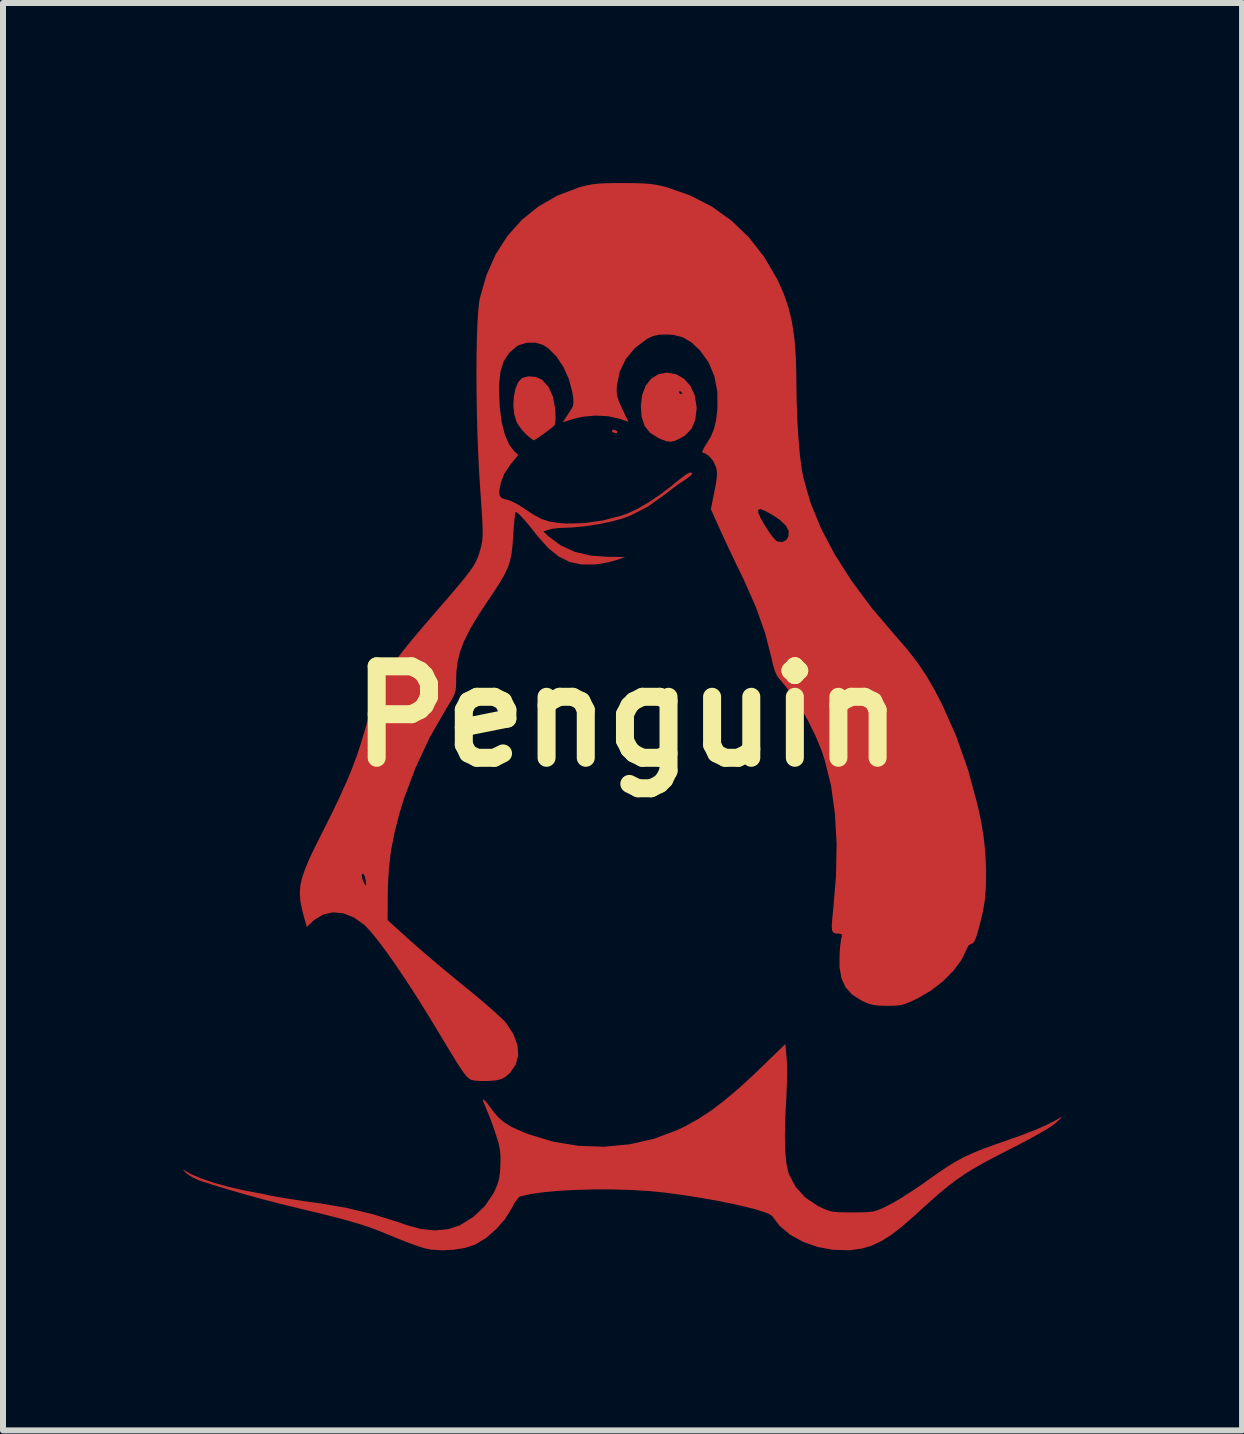
<source format=kicad_pcb>
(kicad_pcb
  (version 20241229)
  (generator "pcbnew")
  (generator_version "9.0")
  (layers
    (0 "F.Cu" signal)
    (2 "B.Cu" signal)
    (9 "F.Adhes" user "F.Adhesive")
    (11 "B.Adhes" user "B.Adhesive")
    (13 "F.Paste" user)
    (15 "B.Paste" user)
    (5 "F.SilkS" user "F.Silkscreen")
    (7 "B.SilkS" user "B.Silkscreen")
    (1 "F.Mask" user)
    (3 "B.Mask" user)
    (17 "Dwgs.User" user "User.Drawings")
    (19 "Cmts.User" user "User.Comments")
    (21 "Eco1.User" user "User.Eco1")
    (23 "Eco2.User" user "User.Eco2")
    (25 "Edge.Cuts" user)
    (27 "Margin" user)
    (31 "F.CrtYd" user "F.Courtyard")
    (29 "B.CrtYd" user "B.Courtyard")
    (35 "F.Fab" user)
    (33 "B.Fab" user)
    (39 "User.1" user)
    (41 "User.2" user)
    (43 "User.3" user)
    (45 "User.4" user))
  (footprint "Penguin"
    (layer "F.Cu")
    (at 7.399 8.886)
    (property "Reference" "Penguin" (at 0 0 0) (layer "F.SilkS") (effects (font (size 1.524 1.524) (thickness 0.3))))
    (attr board_only exclude_from_pos_files exclude_from_bom)
    (fp_poly (pts (xy -0.175 -4.76) (xy -0.163 -4.748) (xy -0.17 -4.722) (xy -0.189 -4.718) (xy -0.241 -4.735) (xy -0.252 -4.748) (xy -0.246 -4.773) (xy -0.226 -4.777)) (stroke (width 0) (type solid)) (fill yes) (layer "F.Cu"))
    (fp_poly (pts (xy -1.525 -5.656) (xy -1.422 -5.612) (xy -1.413 -5.605) (xy -1.307 -5.486) (xy -1.235 -5.322) (xy -1.198 -5.12) (xy -1.196 -5.089) (xy -1.193 -4.981) (xy -1.197 -4.896) (xy -1.207 -4.851) (xy -1.208 -4.851) (xy -1.242 -4.82) (xy -1.306 -4.77) (xy -1.385 -4.712) (xy -1.464 -4.656) (xy -1.526 -4.615) (xy -1.557 -4.599) (xy -1.585 -4.617) (xy -1.642 -4.663) (xy -1.68 -4.695) (xy -1.76 -4.782) (xy -1.828 -4.881) (xy -1.844 -4.911) (xy -1.882 -5.036) (xy -1.896 -5.179) (xy -1.888 -5.326) (xy -1.86 -5.461) (xy -1.815 -5.57) (xy -1.753 -5.636) (xy -1.749 -5.639) (xy -1.644 -5.666)) (stroke (width 0) (type solid)) (fill yes) (layer "F.Cu"))
    (fp_poly (pts (xy 0.818 -5.7) (xy 0.951 -5.623) (xy 1.056 -5.503) (xy 1.126 -5.348) (xy 1.156 -5.163) (xy 1.157 -5.127) (xy 1.136 -4.941) (xy 1.074 -4.794) (xy 0.968 -4.683) (xy 0.891 -4.636) (xy 0.797 -4.592) (xy 0.724 -4.575) (xy 0.652 -4.585) (xy 0.558 -4.621) (xy 0.514 -4.642) (xy 0.38 -4.727) (xy 0.29 -4.841) (xy 0.241 -4.991) (xy 0.228 -5.163) (xy 0.249 -5.353) (xy 0.268 -5.402) (xy 0.861 -5.402) (xy 0.882 -5.372) (xy 0.89 -5.371) (xy 0.919 -5.381) (xy 0.92 -5.384) (xy 0.899 -5.409) (xy 0.89 -5.415) (xy 0.863 -5.413) (xy 0.861 -5.402) (xy 0.268 -5.402) (xy 0.309 -5.511) (xy 0.402 -5.629) (xy 0.524 -5.703) (xy 0.662 -5.727)) (stroke (width 0) (type solid)) (fill yes) (layer "F.Cu"))
    (fp_poly (pts (xy 2.657 5.689) (xy 2.664 5.809) (xy 2.665 5.967) (xy 2.661 6.145) (xy 2.653 6.322) (xy 2.653 6.335) (xy 2.634 6.689) (xy 2.628 6.988) (xy 2.633 7.234) (xy 2.651 7.431) (xy 2.681 7.58) (xy 2.697 7.63) (xy 2.808 7.84) (xy 2.967 8.015) (xy 3.17 8.152) (xy 3.199 8.167) (xy 3.287 8.208) (xy 3.359 8.236) (xy 3.432 8.252) (xy 3.521 8.261) (xy 3.643 8.264) (xy 3.754 8.264) (xy 3.905 8.263) (xy 4.014 8.259) (xy 4.097 8.249) (xy 4.17 8.228) (xy 4.251 8.195) (xy 4.344 8.15) (xy 4.452 8.092) (xy 4.592 8.008) (xy 4.749 7.906) (xy 4.91 7.798) (xy 4.984 7.745) (xy 5.175 7.61) (xy 5.336 7.502) (xy 5.48 7.413) (xy 5.621 7.338) (xy 5.772 7.269) (xy 5.946 7.2) (xy 6.155 7.124) (xy 6.305 7.072) (xy 6.58 6.974) (xy 6.805 6.887) (xy 6.988 6.807) (xy 7.137 6.731) (xy 7.24 6.669) (xy 7.245 6.671) (xy 7.213 6.706) (xy 7.157 6.76) (xy 7.073 6.825) (xy 6.937 6.91) (xy 6.752 7.015) (xy 6.522 7.137) (xy 6.43 7.184) (xy 6.175 7.314) (xy 5.963 7.426) (xy 5.784 7.527) (xy 5.627 7.624) (xy 5.482 7.724) (xy 5.338 7.834) (xy 5.184 7.962) (xy 5.012 8.114) (xy 4.809 8.299) (xy 4.806 8.302) (xy 4.592 8.49) (xy 4.404 8.636) (xy 4.233 8.744) (xy 4.071 8.819) (xy 3.906 8.867) (xy 3.731 8.891) (xy 3.689 8.894) (xy 3.425 8.887) (xy 3.169 8.839) (xy 2.93 8.754) (xy 2.718 8.637) (xy 2.543 8.491) (xy 2.418 8.327) (xy 2.373 8.294) (xy 2.275 8.255) (xy 2.133 8.211) (xy 1.952 8.165) (xy 1.74 8.118) (xy 1.503 8.07) (xy 1.25 8.025) (xy 0.986 7.983) (xy 0.718 7.946) (xy 0.623 7.934) (xy 0.35 7.907) (xy 0.055 7.89) (xy -0.252 7.881) (xy -0.561 7.881) (xy -0.861 7.889) (xy -1.143 7.904) (xy -1.397 7.928) (xy -1.612 7.959) (xy -1.779 7.997) (xy -1.787 7.999) (xy -1.825 8.033) (xy -1.875 8.105) (xy -1.927 8.201) (xy -2.034 8.374) (xy -2.182 8.543) (xy -2.353 8.691) (xy -2.53 8.799) (xy -2.541 8.804) (xy -2.695 8.854) (xy -2.883 8.885) (xy -3.081 8.896) (xy -3.267 8.884) (xy -3.383 8.86) (xy -3.475 8.83) (xy -3.571 8.797) (xy -3.683 8.755) (xy -3.823 8.699) (xy -4.003 8.625) (xy -4.036 8.612) (xy -4.175 8.556) (xy -4.316 8.505) (xy -4.468 8.455) (xy -4.64 8.405) (xy -4.84 8.351) (xy -5.077 8.291) (xy -5.361 8.222) (xy -5.489 8.192) (xy -5.782 8.12) (xy -6.087 8.041) (xy -6.388 7.958) (xy -6.674 7.875) (xy -6.93 7.796) (xy -7.142 7.726) (xy -7.148 7.723) (xy -7.248 7.677) (xy -7.338 7.617) (xy -7.357 7.6) (xy -7.396 7.559) (xy -7.399 7.55) (xy -7.39 7.556) (xy -7.266 7.627) (xy -7.091 7.701) (xy -6.875 7.773) (xy -6.627 7.841) (xy -6.356 7.903) (xy -6.172 7.937) (xy -6.072 7.956) (xy -5.961 7.98) (xy -5.944 7.983) (xy -5.854 8.001) (xy -5.719 8.024) (xy -5.553 8.05) (xy -5.37 8.078) (xy -5.183 8.104) (xy -5.104 8.115) (xy -4.676 8.188) (xy -4.231 8.296) (xy -3.797 8.431) (xy -3.679 8.473) (xy -3.44 8.54) (xy -3.204 8.564) (xy -2.984 8.544) (xy -2.793 8.482) (xy -2.789 8.48) (xy -2.563 8.339) (xy -2.375 8.163) (xy -2.234 7.958) (xy -2.219 7.93) (xy -2.167 7.814) (xy -2.136 7.713) (xy -2.119 7.6) (xy -2.112 7.478) (xy -2.11 7.341) (xy -2.118 7.23) (xy -2.141 7.117) (xy -2.183 6.979) (xy -2.19 6.958) (xy -2.239 6.814) (xy -2.294 6.667) (xy -2.345 6.544) (xy -2.357 6.515) (xy -2.396 6.422) (xy -2.404 6.38) (xy -2.383 6.389) (xy -2.33 6.448) (xy -2.248 6.558) (xy -2.239 6.57) (xy -2.152 6.675) (xy -2.051 6.762) (xy -1.924 6.84) (xy -1.757 6.916) (xy -1.643 6.961) (xy -1.231 7.086) (xy -0.81 7.155) (xy -0.385 7.17) (xy 0.037 7.13) (xy 0.448 7.037) (xy 0.843 6.889) (xy 0.977 6.824) (xy 1.191 6.704) (xy 1.404 6.564) (xy 1.624 6.397) (xy 1.859 6.198) (xy 2.119 5.959) (xy 2.21 5.871) (xy 2.636 5.458)) (stroke (width 0) (type solid)) (fill yes) (layer "F.Cu"))
    (fp_poly (pts (xy 0.121 -8.885) (xy 0.271 -8.88) (xy 0.391 -8.871) (xy 0.497 -8.855) (xy 0.602 -8.831) (xy 0.653 -8.818) (xy 1.047 -8.681) (xy 1.408 -8.496) (xy 1.736 -8.262) (xy 2.028 -7.981) (xy 2.283 -7.655) (xy 2.5 -7.285) (xy 2.604 -7.054) (xy 2.686 -6.819) (xy 2.746 -6.57) (xy 2.787 -6.296) (xy 2.811 -5.986) (xy 2.819 -5.63) (xy 2.819 -5.593) (xy 2.824 -5.252) (xy 2.836 -4.924) (xy 2.855 -4.619) (xy 2.879 -4.347) (xy 2.909 -4.118) (xy 2.934 -3.984) (xy 3.052 -3.569) (xy 3.226 -3.141) (xy 3.456 -2.703) (xy 3.74 -2.257) (xy 4.077 -1.805) (xy 4.46 -1.355) (xy 4.665 -1.118) (xy 4.836 -0.899) (xy 4.984 -0.68) (xy 5.122 -0.442) (xy 5.251 -0.193) (xy 5.483 0.331) (xy 5.677 0.882) (xy 5.836 1.468) (xy 5.898 1.749) (xy 5.94 2.007) (xy 5.968 2.284) (xy 5.98 2.564) (xy 5.977 2.832) (xy 5.958 3.073) (xy 5.925 3.264) (xy 5.878 3.456) (xy 5.84 3.597) (xy 5.809 3.694) (xy 5.782 3.753) (xy 5.758 3.782) (xy 5.736 3.787) (xy 5.692 3.811) (xy 5.659 3.872) (xy 5.572 4.054) (xy 5.437 4.237) (xy 5.263 4.412) (xy 5.06 4.57) (xy 4.845 4.695) (xy 4.72 4.755) (xy 4.627 4.792) (xy 4.544 4.812) (xy 4.45 4.82) (xy 4.334 4.822) (xy 4.199 4.819) (xy 4.1 4.808) (xy 4.014 4.784) (xy 3.919 4.741) (xy 3.902 4.733) (xy 3.749 4.635) (xy 3.64 4.515) (xy 3.57 4.363) (xy 3.538 4.175) (xy 3.539 3.961) (xy 3.548 3.842) (xy 3.56 3.742) (xy 3.572 3.679) (xy 3.575 3.672) (xy 3.579 3.632) (xy 3.538 3.62) (xy 3.527 3.62) (xy 3.47 3.616) (xy 3.433 3.599) (xy 3.413 3.559) (xy 3.409 3.486) (xy 3.417 3.372) (xy 3.43 3.249) (xy 3.479 2.671) (xy 3.49 2.127) (xy 3.462 1.622) (xy 3.397 1.156) (xy 3.293 0.732) (xy 3.243 0.579) (xy 3.139 0.325) (xy 3.01 0.065) (xy 2.864 -0.186) (xy 2.71 -0.413) (xy 2.559 -0.598) (xy 2.547 -0.611) (xy 2.499 -0.672) (xy 2.463 -0.75) (xy 2.43 -0.859) (xy 2.404 -0.976) (xy 2.3 -1.384) (xy 2.148 -1.813) (xy 1.948 -2.267) (xy 1.91 -2.346) (xy 1.821 -2.529) (xy 1.728 -2.724) (xy 1.64 -2.911) (xy 1.565 -3.072) (xy 1.54 -3.128) (xy 1.419 -3.399) (xy 2.184 -3.399) (xy 2.187 -3.389) (xy 2.226 -3.301) (xy 2.285 -3.197) (xy 2.352 -3.091) (xy 2.418 -2.999) (xy 2.474 -2.935) (xy 2.498 -2.917) (xy 2.586 -2.903) (xy 2.655 -2.943) (xy 2.686 -2.999) (xy 2.691 -3.088) (xy 2.646 -3.177) (xy 2.547 -3.271) (xy 2.433 -3.349) (xy 2.307 -3.42) (xy 2.225 -3.452) (xy 2.184 -3.445) (xy 2.184 -3.399) (xy 1.419 -3.399) (xy 1.395 -3.453) (xy 1.454 -3.748) (xy 1.482 -3.893) (xy 1.495 -3.997) (xy 1.496 -4.074) (xy 1.484 -4.14) (xy 1.478 -4.16) (xy 1.433 -4.256) (xy 1.366 -4.337) (xy 1.293 -4.385) (xy 1.259 -4.392) (xy 1.252 -4.413) (xy 1.279 -4.474) (xy 1.321 -4.541) (xy 1.397 -4.667) (xy 1.448 -4.792) (xy 1.482 -4.934) (xy 1.503 -5.114) (xy 1.504 -5.124) (xy 1.503 -5.407) (xy 1.453 -5.668) (xy 1.356 -5.9) (xy 1.213 -6.098) (xy 1.071 -6.231) (xy 0.93 -6.315) (xy 0.774 -6.356) (xy 0.653 -6.364) (xy 0.528 -6.359) (xy 0.433 -6.338) (xy 0.341 -6.294) (xy 0.326 -6.286) (xy 0.128 -6.136) (xy -0.023 -5.954) (xy -0.124 -5.743) (xy -0.17 -5.517) (xy -0.175 -5.421) (xy -0.167 -5.343) (xy -0.142 -5.259) (xy -0.093 -5.148) (xy -0.082 -5.126) (xy 0.021 -4.908) (xy -0.13 -4.96) (xy -0.314 -5.001) (xy -0.525 -5.012) (xy -0.739 -4.993) (xy -0.889 -4.958) (xy -1.072 -4.901) (xy -1.025 -4.973) (xy -0.973 -5.054) (xy -0.929 -5.122) (xy -0.904 -5.17) (xy -0.894 -5.224) (xy -0.898 -5.3) (xy -0.914 -5.405) (xy -0.971 -5.62) (xy -1.061 -5.82) (xy -1.176 -5.994) (xy -1.31 -6.129) (xy -1.401 -6.189) (xy -1.529 -6.227) (xy -1.673 -6.225) (xy -1.806 -6.185) (xy -1.842 -6.164) (xy -1.968 -6.054) (xy -2.057 -5.917) (xy -2.111 -5.745) (xy -2.134 -5.53) (xy -2.135 -5.445) (xy -2.123 -5.155) (xy -2.09 -4.901) (xy -2.036 -4.689) (xy -1.963 -4.524) (xy -1.884 -4.421) (xy -1.814 -4.356) (xy -1.943 -4.198) (xy -2.046 -4.045) (xy -2.105 -3.892) (xy -2.108 -3.877) (xy -2.13 -3.757) (xy -2.126 -3.682) (xy -2.092 -3.638) (xy -2.024 -3.615) (xy -2.004 -3.611) (xy -1.926 -3.585) (xy -1.824 -3.533) (xy -1.717 -3.466) (xy -1.711 -3.462) (xy -1.558 -3.359) (xy -1.426 -3.289) (xy -1.294 -3.247) (xy -1.143 -3.223) (xy -1.009 -3.213) (xy -0.719 -3.22) (xy -0.412 -3.263) (xy -0.11 -3.341) (xy 0.006 -3.381) (xy 0.166 -3.455) (xy 0.353 -3.563) (xy 0.551 -3.697) (xy 0.747 -3.845) (xy 0.81 -3.898) (xy 0.905 -3.974) (xy 0.987 -4.032) (xy 1.043 -4.063) (xy 1.054 -4.065) (xy 1.086 -4.053) (xy 1.066 -4.018) (xy 0.995 -3.962) (xy 0.94 -3.926) (xy 0.855 -3.87) (xy 0.747 -3.79) (xy 0.637 -3.705) (xy 0.623 -3.694) (xy 0.344 -3.495) (xy 0.065 -3.351) (xy -0.074 -3.298) (xy -0.257 -3.248) (xy -0.472 -3.203) (xy -0.695 -3.169) (xy -0.901 -3.149) (xy -1.004 -3.145) (xy -1.125 -3.14) (xy -1.234 -3.128) (xy -1.302 -3.112) (xy -1.396 -3.08) (xy -1.318 -3.007) (xy -1.109 -2.85) (xy -0.871 -2.741) (xy -0.598 -2.678) (xy -0.335 -2.659) (xy -0.032 -2.656) (xy -0.187 -2.602) (xy -0.304 -2.57) (xy -0.444 -2.543) (xy -0.539 -2.531) (xy -0.76 -2.531) (xy -0.957 -2.573) (xy -1.138 -2.662) (xy -1.312 -2.801) (xy -1.486 -2.996) (xy -1.495 -3.007) (xy -1.628 -3.175) (xy -1.73 -3.295) (xy -1.802 -3.371) (xy -1.845 -3.404) (xy -1.859 -3.403) (xy -1.867 -3.369) (xy -1.877 -3.287) (xy -1.887 -3.169) (xy -1.897 -3.027) (xy -1.899 -3.001) (xy -1.911 -2.836) (xy -1.928 -2.699) (xy -1.954 -2.58) (xy -1.993 -2.467) (xy -2.052 -2.347) (xy -2.133 -2.209) (xy -2.242 -2.043) (xy -2.324 -1.921) (xy -2.49 -1.668) (xy -2.62 -1.449) (xy -2.717 -1.255) (xy -2.784 -1.077) (xy -2.826 -0.905) (xy -2.846 -0.731) (xy -2.849 -0.623) (xy -2.85 -0.518) (xy -2.857 -0.441) (xy -2.875 -0.373) (xy -2.911 -0.298) (xy -2.97 -0.2) (xy -3.014 -0.129) (xy -3.287 0.346) (xy -3.523 0.85) (xy -3.717 1.364) (xy -3.794 1.617) (xy -3.877 1.94) (xy -3.934 2.235) (xy -3.969 2.523) (xy -3.986 2.83) (xy -3.988 2.951) (xy -3.991 3.394) (xy -3.635 3.717) (xy -3.504 3.833) (xy -3.34 3.975) (xy -3.154 4.133) (xy -2.959 4.295) (xy -2.769 4.451) (xy -2.703 4.504) (xy -2.537 4.64) (xy -2.38 4.772) (xy -2.241 4.894) (xy -2.127 4.997) (xy -2.047 5.075) (xy -2.016 5.109) (xy -1.895 5.295) (xy -1.828 5.476) (xy -1.815 5.646) (xy -1.856 5.801) (xy -1.951 5.939) (xy -2.029 6.006) (xy -2.097 6.043) (xy -2.19 6.065) (xy -2.323 6.075) (xy -2.439 6.075) (xy -2.539 6.068) (xy -2.6 6.055) (xy -2.601 6.055) (xy -2.633 6.036) (xy -2.67 6.003) (xy -2.714 5.949) (xy -2.77 5.869) (xy -2.842 5.759) (xy -2.933 5.611) (xy -3.048 5.421) (xy -3.131 5.282) (xy -3.317 4.975) (xy -3.501 4.68) (xy -3.68 4.404) (xy -3.85 4.151) (xy -4.007 3.928) (xy -4.148 3.739) (xy -4.269 3.59) (xy -4.365 3.487) (xy -4.383 3.47) (xy -4.555 3.349) (xy -4.732 3.28) (xy -4.905 3.265) (xy -5.069 3.303) (xy -5.218 3.395) (xy -5.243 3.418) (xy -5.337 3.509) (xy -5.382 3.35) (xy -5.421 3.199) (xy -5.446 3.066) (xy -5.454 2.942) (xy -5.445 2.818) (xy -5.415 2.685) (xy -5.405 2.656) (xy -4.421 2.656) (xy -4.411 2.708) (xy -4.387 2.768) (xy -4.361 2.812) (xy -4.351 2.819) (xy -4.349 2.793) (xy -4.355 2.732) (xy -4.356 2.73) (xy -4.373 2.664) (xy -4.395 2.625) (xy -4.415 2.622) (xy -4.421 2.656) (xy -5.405 2.656) (xy -5.363 2.535) (xy -5.288 2.358) (xy -5.186 2.145) (xy -5.076 1.926) (xy -4.917 1.609) (xy -4.785 1.332) (xy -4.673 1.085) (xy -4.579 0.857) (xy -4.498 0.638) (xy -4.426 0.417) (xy -4.359 0.189) (xy -4.302 -0.01) (xy -4.247 -0.185) (xy -4.191 -0.341) (xy -4.128 -0.486) (xy -4.056 -0.627) (xy -3.97 -0.77) (xy -3.865 -0.921) (xy -3.738 -1.088) (xy -3.584 -1.278) (xy -3.4 -1.496) (xy -3.18 -1.751) (xy -3.129 -1.81) (xy -2.955 -2.01) (xy -2.817 -2.173) (xy -2.709 -2.304) (xy -2.627 -2.411) (xy -2.565 -2.499) (xy -2.521 -2.577) (xy -2.488 -2.65) (xy -2.462 -2.725) (xy -2.443 -2.793) (xy -2.428 -2.854) (xy -2.417 -2.912) (xy -2.41 -2.974) (xy -2.407 -3.05) (xy -2.409 -3.147) (xy -2.414 -3.273) (xy -2.424 -3.437) (xy -2.438 -3.647) (xy -2.449 -3.802) (xy -2.468 -4.105) (xy -2.484 -4.425) (xy -2.496 -4.756) (xy -2.504 -5.09) (xy -2.509 -5.42) (xy -2.511 -5.739) (xy -2.509 -6.039) (xy -2.503 -6.313) (xy -2.494 -6.554) (xy -2.481 -6.754) (xy -2.465 -6.906) (xy -2.454 -6.969) (xy -2.344 -7.353) (xy -2.19 -7.7) (xy -1.993 -8.007) (xy -1.754 -8.274) (xy -1.475 -8.498) (xy -1.158 -8.679) (xy -0.803 -8.813) (xy -0.78 -8.82) (xy -0.679 -8.846) (xy -0.582 -8.865) (xy -0.475 -8.877) (xy -0.344 -8.883) (xy -0.174 -8.886) (xy -0.074 -8.886)) (stroke (width 0) (type solid)) (fill yes) (layer "F.Cu")))
  (gr_rect
    (start -3 -3)
    (end 17.644 20.782)
    (stroke (width 0.1) (type default))
    (fill no)
    (layer "Edge.Cuts")))
</source>
